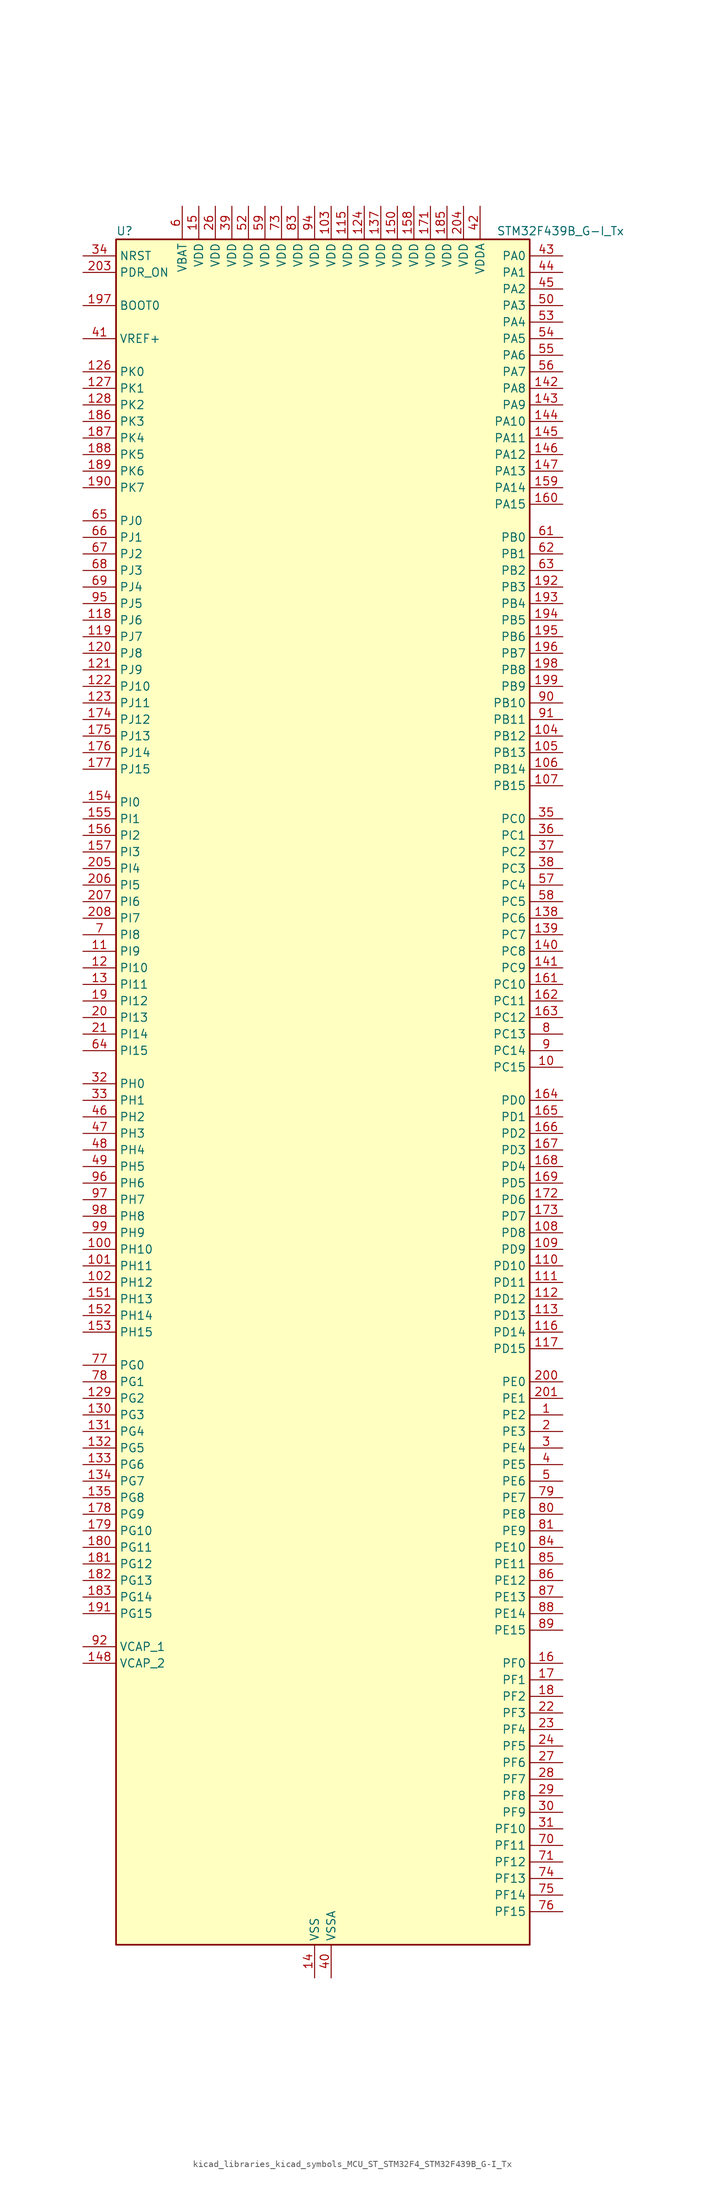
<source format=kicad_sym>
(kicad_symbol_lib
  (version 20220914)
  (generator kicad_symbol_editor)
  (symbol "kicad_libraries_kicad_symbols_MCU_ST_STM32F4_STM32F439B_G-I_Tx"
    (property "Reference" "U"
      (at -30.48 133.35 0)
      (effects (font (size 1.27 1.27)) (justify left)))
    (property "Value" "STM32F439B_G-I_Tx"
      (at 27.94 133.35 0)
      (effects (font (size 1.27 1.27)) (justify left)))
    (property "ki_locked" ""
      (at 0 0 0)
      (effects (font (size 1.27 1.27))))
    (symbol "kicad_libraries_kicad_symbols_MCU_ST_STM32F4_STM32F439B_G-I_Tx_0_1"
      (rectangle (start -30.48 -129.54) (end 33.02 132.08) (stroke (width 0.254) (type default)) (fill (type background))))
    (symbol "kicad_libraries_kicad_symbols_MCU_ST_STM32F4_STM32F439B_G-I_Tx_1_1"
      (pin bidirectional line (at 38.1 -48.26 180) (length 5.08) (name "PE2" (effects (font (size 1.27 1.27)))) (number "1" (effects (font (size 1.27 1.27)))) (alternate "ETH_TXD3" bidirectional line) (alternate "FMC_A23" bidirectional line) (alternate "SAI1_MCLK_A" bidirectional line) (alternate "SPI4_SCK" bidirectional line) (alternate "SYS_TRACECLK" bidirectional line))
      (pin bidirectional line (at 38.1 5.08 180) (length 5.08) (name "PC15" (effects (font (size 1.27 1.27)))) (number "10" (effects (font (size 1.27 1.27)))) (alternate "ADC1_EXTI15" bidirectional line) (alternate "ADC2_EXTI15" bidirectional line) (alternate "ADC3_EXTI15" bidirectional line) (alternate "RCC_OSC32_OUT" bidirectional line))
      (pin bidirectional line (at -35.56 -22.86 0) (length 5.08) (name "PH10" (effects (font (size 1.27 1.27)))) (number "100" (effects (font (size 1.27 1.27)))) (alternate "DCMI_D1" bidirectional line) (alternate "FMC_D18" bidirectional line) (alternate "LTDC_R4" bidirectional line) (alternate "TIM5_CH1" bidirectional line))
      (pin bidirectional line (at -35.56 -25.4 0) (length 5.08) (name "PH11" (effects (font (size 1.27 1.27)))) (number "101" (effects (font (size 1.27 1.27)))) (alternate "ADC1_EXTI11" bidirectional line) (alternate "ADC2_EXTI11" bidirectional line) (alternate "ADC3_EXTI11" bidirectional line) (alternate "DCMI_D2" bidirectional line) (alternate "FMC_D19" bidirectional line) (alternate "LTDC_R5" bidirectional line) (alternate "TIM5_CH2" bidirectional line))
      (pin bidirectional line (at -35.56 -27.94 0) (length 5.08) (name "PH12" (effects (font (size 1.27 1.27)))) (number "102" (effects (font (size 1.27 1.27)))) (alternate "DCMI_D3" bidirectional line) (alternate "FMC_D20" bidirectional line) (alternate "LTDC_R6" bidirectional line) (alternate "TIM5_CH3" bidirectional line))
      (pin power_in line (at 2.54 137.16 270) (length 5.08) (name "VDD" (effects (font (size 1.27 1.27)))) (number "103" (effects (font (size 1.27 1.27)))))
      (pin bidirectional line (at 38.1 55.88 180) (length 5.08) (name "PB12" (effects (font (size 1.27 1.27)))) (number "104" (effects (font (size 1.27 1.27)))) (alternate "CAN2_RX" bidirectional line) (alternate "ETH_TXD0" bidirectional line) (alternate "I2C2_SMBA" bidirectional line) (alternate "I2S2_WS" bidirectional line) (alternate "SPI2_NSS" bidirectional line) (alternate "TIM1_BKIN" bidirectional line) (alternate "USART3_CK" bidirectional line) (alternate "USB_OTG_HS_ID" bidirectional line) (alternate "USB_OTG_HS_ULPI_D5" bidirectional line))
      (pin bidirectional line (at 38.1 53.34 180) (length 5.08) (name "PB13" (effects (font (size 1.27 1.27)))) (number "105" (effects (font (size 1.27 1.27)))) (alternate "CAN2_TX" bidirectional line) (alternate "ETH_TXD1" bidirectional line) (alternate "I2S2_CK" bidirectional line) (alternate "SPI2_SCK" bidirectional line) (alternate "TIM1_CH1N" bidirectional line) (alternate "USART3_CTS" bidirectional line) (alternate "USB_OTG_HS_ULPI_D6" bidirectional line) (alternate "USB_OTG_HS_VBUS" bidirectional line))
      (pin bidirectional line (at 38.1 50.8 180) (length 5.08) (name "PB14" (effects (font (size 1.27 1.27)))) (number "106" (effects (font (size 1.27 1.27)))) (alternate "I2S2_ext_SD" bidirectional line) (alternate "SPI2_MISO" bidirectional line) (alternate "TIM12_CH1" bidirectional line) (alternate "TIM1_CH2N" bidirectional line) (alternate "TIM8_CH2N" bidirectional line) (alternate "USART3_RTS" bidirectional line) (alternate "USB_OTG_HS_DM" bidirectional line))
      (pin bidirectional line (at 38.1 48.26 180) (length 5.08) (name "PB15" (effects (font (size 1.27 1.27)))) (number "107" (effects (font (size 1.27 1.27)))) (alternate "ADC1_EXTI15" bidirectional line) (alternate "ADC2_EXTI15" bidirectional line) (alternate "ADC3_EXTI15" bidirectional line) (alternate "I2S2_SD" bidirectional line) (alternate "RTC_REFIN" bidirectional line) (alternate "SPI2_MOSI" bidirectional line) (alternate "TIM12_CH2" bidirectional line) (alternate "TIM1_CH3N" bidirectional line) (alternate "TIM8_CH3N" bidirectional line) (alternate "USB_OTG_HS_DP" bidirectional line))
      (pin bidirectional line (at 38.1 -20.32 180) (length 5.08) (name "PD8" (effects (font (size 1.27 1.27)))) (number "108" (effects (font (size 1.27 1.27)))) (alternate "FMC_D13" bidirectional line) (alternate "FMC_DA13" bidirectional line) (alternate "USART3_TX" bidirectional line))
      (pin bidirectional line (at 38.1 -22.86 180) (length 5.08) (name "PD9" (effects (font (size 1.27 1.27)))) (number "109" (effects (font (size 1.27 1.27)))) (alternate "DAC_EXTI9" bidirectional line) (alternate "FMC_D14" bidirectional line) (alternate "FMC_DA14" bidirectional line) (alternate "USART3_RX" bidirectional line))
      (pin bidirectional line (at -35.56 22.86 0) (length 5.08) (name "PI9" (effects (font (size 1.27 1.27)))) (number "11" (effects (font (size 1.27 1.27)))) (alternate "CAN1_RX" bidirectional line) (alternate "DAC_EXTI9" bidirectional line) (alternate "FMC_D30" bidirectional line) (alternate "LTDC_VSYNC" bidirectional line))
      (pin bidirectional line (at 38.1 -25.4 180) (length 5.08) (name "PD10" (effects (font (size 1.27 1.27)))) (number "110" (effects (font (size 1.27 1.27)))) (alternate "FMC_D15" bidirectional line) (alternate "FMC_DA15" bidirectional line) (alternate "LTDC_B3" bidirectional line) (alternate "USART3_CK" bidirectional line))
      (pin bidirectional line (at 38.1 -27.94 180) (length 5.08) (name "PD11" (effects (font (size 1.27 1.27)))) (number "111" (effects (font (size 1.27 1.27)))) (alternate "ADC1_EXTI11" bidirectional line) (alternate "ADC2_EXTI11" bidirectional line) (alternate "ADC3_EXTI11" bidirectional line) (alternate "FMC_A16" bidirectional line) (alternate "FMC_CLE" bidirectional line) (alternate "USART3_CTS" bidirectional line))
      (pin bidirectional line (at 38.1 -30.48 180) (length 5.08) (name "PD12" (effects (font (size 1.27 1.27)))) (number "112" (effects (font (size 1.27 1.27)))) (alternate "FMC_A17" bidirectional line) (alternate "FMC_ALE" bidirectional line) (alternate "TIM4_CH1" bidirectional line) (alternate "USART3_RTS" bidirectional line))
      (pin bidirectional line (at 38.1 -33.02 180) (length 5.08) (name "PD13" (effects (font (size 1.27 1.27)))) (number "113" (effects (font (size 1.27 1.27)))) (alternate "FMC_A18" bidirectional line) (alternate "TIM4_CH2" bidirectional line))
      (pin passive line (at 0 -134.62 90) (length 5.08) hide (name "VSS" (effects (font (size 1.27 1.27)))) (number "114" (effects (font (size 1.27 1.27)))))
      (pin power_in line (at 5.08 137.16 270) (length 5.08) (name "VDD" (effects (font (size 1.27 1.27)))) (number "115" (effects (font (size 1.27 1.27)))))
      (pin bidirectional line (at 38.1 -35.56 180) (length 5.08) (name "PD14" (effects (font (size 1.27 1.27)))) (number "116" (effects (font (size 1.27 1.27)))) (alternate "FMC_D0" bidirectional line) (alternate "FMC_DA0" bidirectional line) (alternate "TIM4_CH3" bidirectional line))
      (pin bidirectional line (at 38.1 -38.1 180) (length 5.08) (name "PD15" (effects (font (size 1.27 1.27)))) (number "117" (effects (font (size 1.27 1.27)))) (alternate "ADC1_EXTI15" bidirectional line) (alternate "ADC2_EXTI15" bidirectional line) (alternate "ADC3_EXTI15" bidirectional line) (alternate "FMC_D1" bidirectional line) (alternate "FMC_DA1" bidirectional line) (alternate "TIM4_CH4" bidirectional line))
      (pin bidirectional line (at -35.56 73.66 0) (length 5.08) (name "PJ6" (effects (font (size 1.27 1.27)))) (number "118" (effects (font (size 1.27 1.27)))) (alternate "LTDC_R7" bidirectional line))
      (pin bidirectional line (at -35.56 71.12 0) (length 5.08) (name "PJ7" (effects (font (size 1.27 1.27)))) (number "119" (effects (font (size 1.27 1.27)))) (alternate "LTDC_G0" bidirectional line))
      (pin bidirectional line (at -35.56 20.32 0) (length 5.08) (name "PI10" (effects (font (size 1.27 1.27)))) (number "12" (effects (font (size 1.27 1.27)))) (alternate "ETH_RX_ER" bidirectional line) (alternate "FMC_D31" bidirectional line) (alternate "LTDC_HSYNC" bidirectional line))
      (pin bidirectional line (at -35.56 68.58 0) (length 5.08) (name "PJ8" (effects (font (size 1.27 1.27)))) (number "120" (effects (font (size 1.27 1.27)))) (alternate "LTDC_G1" bidirectional line))
      (pin bidirectional line (at -35.56 66.04 0) (length 5.08) (name "PJ9" (effects (font (size 1.27 1.27)))) (number "121" (effects (font (size 1.27 1.27)))) (alternate "DAC_EXTI9" bidirectional line) (alternate "LTDC_G2" bidirectional line))
      (pin bidirectional line (at -35.56 63.5 0) (length 5.08) (name "PJ10" (effects (font (size 1.27 1.27)))) (number "122" (effects (font (size 1.27 1.27)))) (alternate "LTDC_G3" bidirectional line))
      (pin bidirectional line (at -35.56 60.96 0) (length 5.08) (name "PJ11" (effects (font (size 1.27 1.27)))) (number "123" (effects (font (size 1.27 1.27)))) (alternate "ADC1_EXTI11" bidirectional line) (alternate "ADC2_EXTI11" bidirectional line) (alternate "ADC3_EXTI11" bidirectional line) (alternate "LTDC_G4" bidirectional line))
      (pin power_in line (at 7.62 137.16 270) (length 5.08) (name "VDD" (effects (font (size 1.27 1.27)))) (number "124" (effects (font (size 1.27 1.27)))))
      (pin passive line (at 0 -134.62 90) (length 5.08) hide (name "VSS" (effects (font (size 1.27 1.27)))) (number "125" (effects (font (size 1.27 1.27)))))
      (pin bidirectional line (at -35.56 111.76 0) (length 5.08) (name "PK0" (effects (font (size 1.27 1.27)))) (number "126" (effects (font (size 1.27 1.27)))) (alternate "LTDC_G5" bidirectional line))
      (pin bidirectional line (at -35.56 109.22 0) (length 5.08) (name "PK1" (effects (font (size 1.27 1.27)))) (number "127" (effects (font (size 1.27 1.27)))) (alternate "LTDC_G6" bidirectional line))
      (pin bidirectional line (at -35.56 106.68 0) (length 5.08) (name "PK2" (effects (font (size 1.27 1.27)))) (number "128" (effects (font (size 1.27 1.27)))) (alternate "LTDC_G7" bidirectional line))
      (pin bidirectional line (at -35.56 -45.72 0) (length 5.08) (name "PG2" (effects (font (size 1.27 1.27)))) (number "129" (effects (font (size 1.27 1.27)))) (alternate "FMC_A12" bidirectional line))
      (pin bidirectional line (at -35.56 17.78 0) (length 5.08) (name "PI11" (effects (font (size 1.27 1.27)))) (number "13" (effects (font (size 1.27 1.27)))) (alternate "ADC1_EXTI11" bidirectional line) (alternate "ADC2_EXTI11" bidirectional line) (alternate "ADC3_EXTI11" bidirectional line) (alternate "USB_OTG_HS_ULPI_DIR" bidirectional line))
      (pin bidirectional line (at -35.56 -48.26 0) (length 5.08) (name "PG3" (effects (font (size 1.27 1.27)))) (number "130" (effects (font (size 1.27 1.27)))) (alternate "FMC_A13" bidirectional line))
      (pin bidirectional line (at -35.56 -50.8 0) (length 5.08) (name "PG4" (effects (font (size 1.27 1.27)))) (number "131" (effects (font (size 1.27 1.27)))) (alternate "FMC_A14" bidirectional line) (alternate "FMC_BA0" bidirectional line))
      (pin bidirectional line (at -35.56 -53.34 0) (length 5.08) (name "PG5" (effects (font (size 1.27 1.27)))) (number "132" (effects (font (size 1.27 1.27)))) (alternate "FMC_A15" bidirectional line) (alternate "FMC_BA1" bidirectional line))
      (pin bidirectional line (at -35.56 -55.88 0) (length 5.08) (name "PG6" (effects (font (size 1.27 1.27)))) (number "133" (effects (font (size 1.27 1.27)))) (alternate "DCMI_D12" bidirectional line) (alternate "FMC_INT2" bidirectional line) (alternate "LTDC_R7" bidirectional line))
      (pin bidirectional line (at -35.56 -58.42 0) (length 5.08) (name "PG7" (effects (font (size 1.27 1.27)))) (number "134" (effects (font (size 1.27 1.27)))) (alternate "DCMI_D13" bidirectional line) (alternate "FMC_INT3" bidirectional line) (alternate "LTDC_CLK" bidirectional line) (alternate "USART6_CK" bidirectional line))
      (pin bidirectional line (at -35.56 -60.96 0) (length 5.08) (name "PG8" (effects (font (size 1.27 1.27)))) (number "135" (effects (font (size 1.27 1.27)))) (alternate "ETH_PPS_OUT" bidirectional line) (alternate "FMC_SDCLK" bidirectional line) (alternate "SPI6_NSS" bidirectional line) (alternate "USART6_RTS" bidirectional line))
      (pin passive line (at 0 -134.62 90) (length 5.08) hide (name "VSS" (effects (font (size 1.27 1.27)))) (number "136" (effects (font (size 1.27 1.27)))))
      (pin power_in line (at 10.16 137.16 270) (length 5.08) (name "VDD" (effects (font (size 1.27 1.27)))) (number "137" (effects (font (size 1.27 1.27)))))
      (pin bidirectional line (at 38.1 27.94 180) (length 5.08) (name "PC6" (effects (font (size 1.27 1.27)))) (number "138" (effects (font (size 1.27 1.27)))) (alternate "DCMI_D0" bidirectional line) (alternate "I2S2_MCK" bidirectional line) (alternate "LTDC_HSYNC" bidirectional line) (alternate "SDIO_D6" bidirectional line) (alternate "TIM3_CH1" bidirectional line) (alternate "TIM8_CH1" bidirectional line) (alternate "USART6_TX" bidirectional line))
      (pin bidirectional line (at 38.1 25.4 180) (length 5.08) (name "PC7" (effects (font (size 1.27 1.27)))) (number "139" (effects (font (size 1.27 1.27)))) (alternate "DCMI_D1" bidirectional line) (alternate "I2S3_MCK" bidirectional line) (alternate "LTDC_G6" bidirectional line) (alternate "SDIO_D7" bidirectional line) (alternate "TIM3_CH2" bidirectional line) (alternate "TIM8_CH2" bidirectional line) (alternate "USART6_RX" bidirectional line))
      (pin power_in line (at 0 -134.62 90) (length 5.08) (name "VSS" (effects (font (size 1.27 1.27)))) (number "14" (effects (font (size 1.27 1.27)))))
      (pin bidirectional line (at 38.1 22.86 180) (length 5.08) (name "PC8" (effects (font (size 1.27 1.27)))) (number "140" (effects (font (size 1.27 1.27)))) (alternate "DCMI_D2" bidirectional line) (alternate "SDIO_D0" bidirectional line) (alternate "TIM3_CH3" bidirectional line) (alternate "TIM8_CH3" bidirectional line) (alternate "USART6_CK" bidirectional line))
      (pin bidirectional line (at 38.1 20.32 180) (length 5.08) (name "PC9" (effects (font (size 1.27 1.27)))) (number "141" (effects (font (size 1.27 1.27)))) (alternate "DAC_EXTI9" bidirectional line) (alternate "DCMI_D3" bidirectional line) (alternate "I2C3_SDA" bidirectional line) (alternate "I2S_CKIN" bidirectional line) (alternate "RCC_MCO_2" bidirectional line) (alternate "SDIO_D1" bidirectional line) (alternate "TIM3_CH4" bidirectional line) (alternate "TIM8_CH4" bidirectional line))
      (pin bidirectional line (at 38.1 109.22 180) (length 5.08) (name "PA8" (effects (font (size 1.27 1.27)))) (number "142" (effects (font (size 1.27 1.27)))) (alternate "I2C3_SCL" bidirectional line) (alternate "LTDC_R6" bidirectional line) (alternate "RCC_MCO_1" bidirectional line) (alternate "TIM1_CH1" bidirectional line) (alternate "USART1_CK" bidirectional line) (alternate "USB_OTG_FS_SOF" bidirectional line))
      (pin bidirectional line (at 38.1 106.68 180) (length 5.08) (name "PA9" (effects (font (size 1.27 1.27)))) (number "143" (effects (font (size 1.27 1.27)))) (alternate "DAC_EXTI9" bidirectional line) (alternate "DCMI_D0" bidirectional line) (alternate "I2C3_SMBA" bidirectional line) (alternate "TIM1_CH2" bidirectional line) (alternate "USART1_TX" bidirectional line) (alternate "USB_OTG_FS_VBUS" bidirectional line))
      (pin bidirectional line (at 38.1 104.14 180) (length 5.08) (name "PA10" (effects (font (size 1.27 1.27)))) (number "144" (effects (font (size 1.27 1.27)))) (alternate "DCMI_D1" bidirectional line) (alternate "TIM1_CH3" bidirectional line) (alternate "USART1_RX" bidirectional line) (alternate "USB_OTG_FS_ID" bidirectional line))
      (pin bidirectional line (at 38.1 101.6 180) (length 5.08) (name "PA11" (effects (font (size 1.27 1.27)))) (number "145" (effects (font (size 1.27 1.27)))) (alternate "ADC1_EXTI11" bidirectional line) (alternate "ADC2_EXTI11" bidirectional line) (alternate "ADC3_EXTI11" bidirectional line) (alternate "CAN1_RX" bidirectional line) (alternate "LTDC_R4" bidirectional line) (alternate "TIM1_CH4" bidirectional line) (alternate "USART1_CTS" bidirectional line) (alternate "USB_OTG_FS_DM" bidirectional line))
      (pin bidirectional line (at 38.1 99.06 180) (length 5.08) (name "PA12" (effects (font (size 1.27 1.27)))) (number "146" (effects (font (size 1.27 1.27)))) (alternate "CAN1_TX" bidirectional line) (alternate "LTDC_R5" bidirectional line) (alternate "TIM1_ETR" bidirectional line) (alternate "USART1_RTS" bidirectional line) (alternate "USB_OTG_FS_DP" bidirectional line))
      (pin bidirectional line (at 38.1 96.52 180) (length 5.08) (name "PA13" (effects (font (size 1.27 1.27)))) (number "147" (effects (font (size 1.27 1.27)))) (alternate "SYS_JTMS-SWDIO" bidirectional line))
      (pin power_out line (at -35.56 -86.36 0) (length 5.08) (name "VCAP_2" (effects (font (size 1.27 1.27)))) (number "148" (effects (font (size 1.27 1.27)))))
      (pin passive line (at 0 -134.62 90) (length 5.08) hide (name "VSS" (effects (font (size 1.27 1.27)))) (number "149" (effects (font (size 1.27 1.27)))))
      (pin power_in line (at -17.78 137.16 270) (length 5.08) (name "VDD" (effects (font (size 1.27 1.27)))) (number "15" (effects (font (size 1.27 1.27)))))
      (pin power_in line (at 12.7 137.16 270) (length 5.08) (name "VDD" (effects (font (size 1.27 1.27)))) (number "150" (effects (font (size 1.27 1.27)))))
      (pin bidirectional line (at -35.56 -30.48 0) (length 5.08) (name "PH13" (effects (font (size 1.27 1.27)))) (number "151" (effects (font (size 1.27 1.27)))) (alternate "CAN1_TX" bidirectional line) (alternate "FMC_D21" bidirectional line) (alternate "LTDC_G2" bidirectional line) (alternate "TIM8_CH1N" bidirectional line))
      (pin bidirectional line (at -35.56 -33.02 0) (length 5.08) (name "PH14" (effects (font (size 1.27 1.27)))) (number "152" (effects (font (size 1.27 1.27)))) (alternate "DCMI_D4" bidirectional line) (alternate "FMC_D22" bidirectional line) (alternate "LTDC_G3" bidirectional line) (alternate "TIM8_CH2N" bidirectional line))
      (pin bidirectional line (at -35.56 -35.56 0) (length 5.08) (name "PH15" (effects (font (size 1.27 1.27)))) (number "153" (effects (font (size 1.27 1.27)))) (alternate "ADC1_EXTI15" bidirectional line) (alternate "ADC2_EXTI15" bidirectional line) (alternate "ADC3_EXTI15" bidirectional line) (alternate "DCMI_D11" bidirectional line) (alternate "FMC_D23" bidirectional line) (alternate "LTDC_G4" bidirectional line) (alternate "TIM8_CH3N" bidirectional line))
      (pin bidirectional line (at -35.56 45.72 0) (length 5.08) (name "PI0" (effects (font (size 1.27 1.27)))) (number "154" (effects (font (size 1.27 1.27)))) (alternate "DCMI_D13" bidirectional line) (alternate "FMC_D24" bidirectional line) (alternate "I2S2_WS" bidirectional line) (alternate "LTDC_G5" bidirectional line) (alternate "SPI2_NSS" bidirectional line) (alternate "TIM5_CH4" bidirectional line))
      (pin bidirectional line (at -35.56 43.18 0) (length 5.08) (name "PI1" (effects (font (size 1.27 1.27)))) (number "155" (effects (font (size 1.27 1.27)))) (alternate "DCMI_D8" bidirectional line) (alternate "FMC_D25" bidirectional line) (alternate "I2S2_CK" bidirectional line) (alternate "LTDC_G6" bidirectional line) (alternate "SPI2_SCK" bidirectional line))
      (pin bidirectional line (at -35.56 40.64 0) (length 5.08) (name "PI2" (effects (font (size 1.27 1.27)))) (number "156" (effects (font (size 1.27 1.27)))) (alternate "DCMI_D9" bidirectional line) (alternate "FMC_D26" bidirectional line) (alternate "I2S2_ext_SD" bidirectional line) (alternate "LTDC_G7" bidirectional line) (alternate "SPI2_MISO" bidirectional line) (alternate "TIM8_CH4" bidirectional line))
      (pin bidirectional line (at -35.56 38.1 0) (length 5.08) (name "PI3" (effects (font (size 1.27 1.27)))) (number "157" (effects (font (size 1.27 1.27)))) (alternate "DCMI_D10" bidirectional line) (alternate "FMC_D27" bidirectional line) (alternate "I2S2_SD" bidirectional line) (alternate "SPI2_MOSI" bidirectional line) (alternate "TIM8_ETR" bidirectional line))
      (pin power_in line (at 15.24 137.16 270) (length 5.08) (name "VDD" (effects (font (size 1.27 1.27)))) (number "158" (effects (font (size 1.27 1.27)))))
      (pin bidirectional line (at 38.1 93.98 180) (length 5.08) (name "PA14" (effects (font (size 1.27 1.27)))) (number "159" (effects (font (size 1.27 1.27)))) (alternate "SYS_JTCK-SWCLK" bidirectional line))
      (pin bidirectional line (at 38.1 -86.36 180) (length 5.08) (name "PF0" (effects (font (size 1.27 1.27)))) (number "16" (effects (font (size 1.27 1.27)))) (alternate "FMC_A0" bidirectional line) (alternate "I2C2_SDA" bidirectional line))
      (pin bidirectional line (at 38.1 91.44 180) (length 5.08) (name "PA15" (effects (font (size 1.27 1.27)))) (number "160" (effects (font (size 1.27 1.27)))) (alternate "ADC1_EXTI15" bidirectional line) (alternate "ADC2_EXTI15" bidirectional line) (alternate "ADC3_EXTI15" bidirectional line) (alternate "I2S3_WS" bidirectional line) (alternate "SPI1_NSS" bidirectional line) (alternate "SPI3_NSS" bidirectional line) (alternate "SYS_JTDI" bidirectional line) (alternate "TIM2_CH1" bidirectional line) (alternate "TIM2_ETR" bidirectional line))
      (pin bidirectional line (at 38.1 17.78 180) (length 5.08) (name "PC10" (effects (font (size 1.27 1.27)))) (number "161" (effects (font (size 1.27 1.27)))) (alternate "DCMI_D8" bidirectional line) (alternate "I2S3_CK" bidirectional line) (alternate "LTDC_R2" bidirectional line) (alternate "SDIO_D2" bidirectional line) (alternate "SPI3_SCK" bidirectional line) (alternate "UART4_TX" bidirectional line) (alternate "USART3_TX" bidirectional line))
      (pin bidirectional line (at 38.1 15.24 180) (length 5.08) (name "PC11" (effects (font (size 1.27 1.27)))) (number "162" (effects (font (size 1.27 1.27)))) (alternate "ADC1_EXTI11" bidirectional line) (alternate "ADC2_EXTI11" bidirectional line) (alternate "ADC3_EXTI11" bidirectional line) (alternate "DCMI_D4" bidirectional line) (alternate "I2S3_ext_SD" bidirectional line) (alternate "SDIO_D3" bidirectional line) (alternate "SPI3_MISO" bidirectional line) (alternate "UART4_RX" bidirectional line) (alternate "USART3_RX" bidirectional line))
      (pin bidirectional line (at 38.1 12.7 180) (length 5.08) (name "PC12" (effects (font (size 1.27 1.27)))) (number "163" (effects (font (size 1.27 1.27)))) (alternate "DCMI_D9" bidirectional line) (alternate "I2S3_SD" bidirectional line) (alternate "SDIO_CK" bidirectional line) (alternate "SPI3_MOSI" bidirectional line) (alternate "UART5_TX" bidirectional line) (alternate "USART3_CK" bidirectional line))
      (pin bidirectional line (at 38.1 0 180) (length 5.08) (name "PD0" (effects (font (size 1.27 1.27)))) (number "164" (effects (font (size 1.27 1.27)))) (alternate "CAN1_RX" bidirectional line) (alternate "FMC_D2" bidirectional line) (alternate "FMC_DA2" bidirectional line))
      (pin bidirectional line (at 38.1 -2.54 180) (length 5.08) (name "PD1" (effects (font (size 1.27 1.27)))) (number "165" (effects (font (size 1.27 1.27)))) (alternate "CAN1_TX" bidirectional line) (alternate "FMC_D3" bidirectional line) (alternate "FMC_DA3" bidirectional line))
      (pin bidirectional line (at 38.1 -5.08 180) (length 5.08) (name "PD2" (effects (font (size 1.27 1.27)))) (number "166" (effects (font (size 1.27 1.27)))) (alternate "DCMI_D11" bidirectional line) (alternate "SDIO_CMD" bidirectional line) (alternate "TIM3_ETR" bidirectional line) (alternate "UART5_RX" bidirectional line))
      (pin bidirectional line (at 38.1 -7.62 180) (length 5.08) (name "PD3" (effects (font (size 1.27 1.27)))) (number "167" (effects (font (size 1.27 1.27)))) (alternate "DCMI_D5" bidirectional line) (alternate "FMC_CLK" bidirectional line) (alternate "I2S2_CK" bidirectional line) (alternate "LTDC_G7" bidirectional line) (alternate "SPI2_SCK" bidirectional line) (alternate "USART2_CTS" bidirectional line))
      (pin bidirectional line (at 38.1 -10.16 180) (length 5.08) (name "PD4" (effects (font (size 1.27 1.27)))) (number "168" (effects (font (size 1.27 1.27)))) (alternate "FMC_NOE" bidirectional line) (alternate "USART2_RTS" bidirectional line))
      (pin bidirectional line (at 38.1 -12.7 180) (length 5.08) (name "PD5" (effects (font (size 1.27 1.27)))) (number "169" (effects (font (size 1.27 1.27)))) (alternate "FMC_NWE" bidirectional line) (alternate "USART2_TX" bidirectional line))
      (pin bidirectional line (at 38.1 -88.9 180) (length 5.08) (name "PF1" (effects (font (size 1.27 1.27)))) (number "17" (effects (font (size 1.27 1.27)))) (alternate "FMC_A1" bidirectional line) (alternate "I2C2_SCL" bidirectional line))
      (pin passive line (at 0 -134.62 90) (length 5.08) hide (name "VSS" (effects (font (size 1.27 1.27)))) (number "170" (effects (font (size 1.27 1.27)))))
      (pin power_in line (at 17.78 137.16 270) (length 5.08) (name "VDD" (effects (font (size 1.27 1.27)))) (number "171" (effects (font (size 1.27 1.27)))))
      (pin bidirectional line (at 38.1 -15.24 180) (length 5.08) (name "PD6" (effects (font (size 1.27 1.27)))) (number "172" (effects (font (size 1.27 1.27)))) (alternate "DCMI_D10" bidirectional line) (alternate "FMC_NWAIT" bidirectional line) (alternate "I2S3_SD" bidirectional line) (alternate "LTDC_B2" bidirectional line) (alternate "SAI1_SD_A" bidirectional line) (alternate "SPI3_MOSI" bidirectional line) (alternate "USART2_RX" bidirectional line))
      (pin bidirectional line (at 38.1 -17.78 180) (length 5.08) (name "PD7" (effects (font (size 1.27 1.27)))) (number "173" (effects (font (size 1.27 1.27)))) (alternate "FMC_NCE2" bidirectional line) (alternate "FMC_NE1" bidirectional line) (alternate "USART2_CK" bidirectional line))
      (pin bidirectional line (at -35.56 58.42 0) (length 5.08) (name "PJ12" (effects (font (size 1.27 1.27)))) (number "174" (effects (font (size 1.27 1.27)))) (alternate "LTDC_B0" bidirectional line))
      (pin bidirectional line (at -35.56 55.88 0) (length 5.08) (name "PJ13" (effects (font (size 1.27 1.27)))) (number "175" (effects (font (size 1.27 1.27)))) (alternate "LTDC_B1" bidirectional line))
      (pin bidirectional line (at -35.56 53.34 0) (length 5.08) (name "PJ14" (effects (font (size 1.27 1.27)))) (number "176" (effects (font (size 1.27 1.27)))) (alternate "LTDC_B2" bidirectional line))
      (pin bidirectional line (at -35.56 50.8 0) (length 5.08) (name "PJ15" (effects (font (size 1.27 1.27)))) (number "177" (effects (font (size 1.27 1.27)))) (alternate "ADC1_EXTI15" bidirectional line) (alternate "ADC2_EXTI15" bidirectional line) (alternate "ADC3_EXTI15" bidirectional line) (alternate "LTDC_B3" bidirectional line))
      (pin bidirectional line (at -35.56 -63.5 0) (length 5.08) (name "PG9" (effects (font (size 1.27 1.27)))) (number "178" (effects (font (size 1.27 1.27)))) (alternate "DAC_EXTI9" bidirectional line) (alternate "DCMI_VSYNC" bidirectional line) (alternate "FMC_NCE3" bidirectional line) (alternate "FMC_NE2" bidirectional line) (alternate "USART6_RX" bidirectional line))
      (pin bidirectional line (at -35.56 -66.04 0) (length 5.08) (name "PG10" (effects (font (size 1.27 1.27)))) (number "179" (effects (font (size 1.27 1.27)))) (alternate "DCMI_D2" bidirectional line) (alternate "FMC_NCE4_1" bidirectional line) (alternate "FMC_NE3" bidirectional line) (alternate "LTDC_B2" bidirectional line) (alternate "LTDC_G3" bidirectional line))
      (pin bidirectional line (at 38.1 -91.44 180) (length 5.08) (name "PF2" (effects (font (size 1.27 1.27)))) (number "18" (effects (font (size 1.27 1.27)))) (alternate "FMC_A2" bidirectional line) (alternate "I2C2_SMBA" bidirectional line))
      (pin bidirectional line (at -35.56 -68.58 0) (length 5.08) (name "PG11" (effects (font (size 1.27 1.27)))) (number "180" (effects (font (size 1.27 1.27)))) (alternate "ADC1_EXTI11" bidirectional line) (alternate "ADC2_EXTI11" bidirectional line) (alternate "ADC3_EXTI11" bidirectional line) (alternate "DCMI_D3" bidirectional line) (alternate "ETH_TX_EN" bidirectional line) (alternate "FMC_NCE4_2" bidirectional line) (alternate "LTDC_B3" bidirectional line))
      (pin bidirectional line (at -35.56 -71.12 0) (length 5.08) (name "PG12" (effects (font (size 1.27 1.27)))) (number "181" (effects (font (size 1.27 1.27)))) (alternate "FMC_NE4" bidirectional line) (alternate "LTDC_B1" bidirectional line) (alternate "LTDC_B4" bidirectional line) (alternate "SPI6_MISO" bidirectional line) (alternate "USART6_RTS" bidirectional line))
      (pin bidirectional line (at -35.56 -73.66 0) (length 5.08) (name "PG13" (effects (font (size 1.27 1.27)))) (number "182" (effects (font (size 1.27 1.27)))) (alternate "ETH_TXD0" bidirectional line) (alternate "FMC_A24" bidirectional line) (alternate "SPI6_SCK" bidirectional line) (alternate "USART6_CTS" bidirectional line))
      (pin bidirectional line (at -35.56 -76.2 0) (length 5.08) (name "PG14" (effects (font (size 1.27 1.27)))) (number "183" (effects (font (size 1.27 1.27)))) (alternate "ETH_TXD1" bidirectional line) (alternate "FMC_A25" bidirectional line) (alternate "SPI6_MOSI" bidirectional line) (alternate "USART6_TX" bidirectional line))
      (pin passive line (at 0 -134.62 90) (length 5.08) hide (name "VSS" (effects (font (size 1.27 1.27)))) (number "184" (effects (font (size 1.27 1.27)))))
      (pin power_in line (at 20.32 137.16 270) (length 5.08) (name "VDD" (effects (font (size 1.27 1.27)))) (number "185" (effects (font (size 1.27 1.27)))))
      (pin bidirectional line (at -35.56 104.14 0) (length 5.08) (name "PK3" (effects (font (size 1.27 1.27)))) (number "186" (effects (font (size 1.27 1.27)))) (alternate "LTDC_B4" bidirectional line))
      (pin bidirectional line (at -35.56 101.6 0) (length 5.08) (name "PK4" (effects (font (size 1.27 1.27)))) (number "187" (effects (font (size 1.27 1.27)))) (alternate "LTDC_B5" bidirectional line))
      (pin bidirectional line (at -35.56 99.06 0) (length 5.08) (name "PK5" (effects (font (size 1.27 1.27)))) (number "188" (effects (font (size 1.27 1.27)))) (alternate "LTDC_B6" bidirectional line))
      (pin bidirectional line (at -35.56 96.52 0) (length 5.08) (name "PK6" (effects (font (size 1.27 1.27)))) (number "189" (effects (font (size 1.27 1.27)))) (alternate "LTDC_B7" bidirectional line))
      (pin bidirectional line (at -35.56 15.24 0) (length 5.08) (name "PI12" (effects (font (size 1.27 1.27)))) (number "19" (effects (font (size 1.27 1.27)))) (alternate "LTDC_HSYNC" bidirectional line))
      (pin bidirectional line (at -35.56 93.98 0) (length 5.08) (name "PK7" (effects (font (size 1.27 1.27)))) (number "190" (effects (font (size 1.27 1.27)))) (alternate "LTDC_DE" bidirectional line))
      (pin bidirectional line (at -35.56 -78.74 0) (length 5.08) (name "PG15" (effects (font (size 1.27 1.27)))) (number "191" (effects (font (size 1.27 1.27)))) (alternate "ADC1_EXTI15" bidirectional line) (alternate "ADC2_EXTI15" bidirectional line) (alternate "ADC3_EXTI15" bidirectional line) (alternate "DCMI_D13" bidirectional line) (alternate "FMC_SDNCAS" bidirectional line) (alternate "USART6_CTS" bidirectional line))
      (pin bidirectional line (at 38.1 78.74 180) (length 5.08) (name "PB3" (effects (font (size 1.27 1.27)))) (number "192" (effects (font (size 1.27 1.27)))) (alternate "I2S3_CK" bidirectional line) (alternate "SPI1_SCK" bidirectional line) (alternate "SPI3_SCK" bidirectional line) (alternate "SYS_JTDO-SWO" bidirectional line) (alternate "TIM2_CH2" bidirectional line))
      (pin bidirectional line (at 38.1 76.2 180) (length 5.08) (name "PB4" (effects (font (size 1.27 1.27)))) (number "193" (effects (font (size 1.27 1.27)))) (alternate "I2S3_ext_SD" bidirectional line) (alternate "SPI1_MISO" bidirectional line) (alternate "SPI3_MISO" bidirectional line) (alternate "SYS_JTRST" bidirectional line) (alternate "TIM3_CH1" bidirectional line))
      (pin bidirectional line (at 38.1 73.66 180) (length 5.08) (name "PB5" (effects (font (size 1.27 1.27)))) (number "194" (effects (font (size 1.27 1.27)))) (alternate "CAN2_RX" bidirectional line) (alternate "DCMI_D10" bidirectional line) (alternate "ETH_PPS_OUT" bidirectional line) (alternate "FMC_SDCKE1" bidirectional line) (alternate "I2C1_SMBA" bidirectional line) (alternate "I2S3_SD" bidirectional line) (alternate "SPI1_MOSI" bidirectional line) (alternate "SPI3_MOSI" bidirectional line) (alternate "TIM3_CH2" bidirectional line) (alternate "USB_OTG_HS_ULPI_D7" bidirectional line))
      (pin bidirectional line (at 38.1 71.12 180) (length 5.08) (name "PB6" (effects (font (size 1.27 1.27)))) (number "195" (effects (font (size 1.27 1.27)))) (alternate "CAN2_TX" bidirectional line) (alternate "DCMI_D5" bidirectional line) (alternate "FMC_SDNE1" bidirectional line) (alternate "I2C1_SCL" bidirectional line) (alternate "TIM4_CH1" bidirectional line) (alternate "USART1_TX" bidirectional line))
      (pin bidirectional line (at 38.1 68.58 180) (length 5.08) (name "PB7" (effects (font (size 1.27 1.27)))) (number "196" (effects (font (size 1.27 1.27)))) (alternate "DCMI_VSYNC" bidirectional line) (alternate "FMC_NL" bidirectional line) (alternate "I2C1_SDA" bidirectional line) (alternate "TIM4_CH2" bidirectional line) (alternate "USART1_RX" bidirectional line))
      (pin input line (at -35.56 121.92 0) (length 5.08) (name "BOOT0" (effects (font (size 1.27 1.27)))) (number "197" (effects (font (size 1.27 1.27)))))
      (pin bidirectional line (at 38.1 66.04 180) (length 5.08) (name "PB8" (effects (font (size 1.27 1.27)))) (number "198" (effects (font (size 1.27 1.27)))) (alternate "CAN1_RX" bidirectional line) (alternate "DCMI_D6" bidirectional line) (alternate "ETH_TXD3" bidirectional line) (alternate "I2C1_SCL" bidirectional line) (alternate "LTDC_B6" bidirectional line) (alternate "SDIO_D4" bidirectional line) (alternate "TIM10_CH1" bidirectional line) (alternate "TIM4_CH3" bidirectional line))
      (pin bidirectional line (at 38.1 63.5 180) (length 5.08) (name "PB9" (effects (font (size 1.27 1.27)))) (number "199" (effects (font (size 1.27 1.27)))) (alternate "CAN1_TX" bidirectional line) (alternate "DAC_EXTI9" bidirectional line) (alternate "DCMI_D7" bidirectional line) (alternate "I2C1_SDA" bidirectional line) (alternate "I2S2_WS" bidirectional line) (alternate "LTDC_B7" bidirectional line) (alternate "SDIO_D5" bidirectional line) (alternate "SPI2_NSS" bidirectional line) (alternate "TIM11_CH1" bidirectional line) (alternate "TIM4_CH4" bidirectional line))
      (pin bidirectional line (at 38.1 -50.8 180) (length 5.08) (name "PE3" (effects (font (size 1.27 1.27)))) (number "2" (effects (font (size 1.27 1.27)))) (alternate "FMC_A19" bidirectional line) (alternate "SAI1_SD_B" bidirectional line) (alternate "SYS_TRACED0" bidirectional line))
      (pin bidirectional line (at -35.56 12.7 0) (length 5.08) (name "PI13" (effects (font (size 1.27 1.27)))) (number "20" (effects (font (size 1.27 1.27)))) (alternate "LTDC_VSYNC" bidirectional line))
      (pin bidirectional line (at 38.1 -43.18 180) (length 5.08) (name "PE0" (effects (font (size 1.27 1.27)))) (number "200" (effects (font (size 1.27 1.27)))) (alternate "DCMI_D2" bidirectional line) (alternate "FMC_NBL0" bidirectional line) (alternate "TIM4_ETR" bidirectional line) (alternate "UART8_RX" bidirectional line))
      (pin bidirectional line (at 38.1 -45.72 180) (length 5.08) (name "PE1" (effects (font (size 1.27 1.27)))) (number "201" (effects (font (size 1.27 1.27)))) (alternate "DCMI_D3" bidirectional line) (alternate "FMC_NBL1" bidirectional line) (alternate "UART8_TX" bidirectional line))
      (pin passive line (at 0 -134.62 90) (length 5.08) hide (name "VSS" (effects (font (size 1.27 1.27)))) (number "202" (effects (font (size 1.27 1.27)))))
      (pin input line (at -35.56 127 0) (length 5.08) (name "PDR_ON" (effects (font (size 1.27 1.27)))) (number "203" (effects (font (size 1.27 1.27)))))
      (pin power_in line (at 22.86 137.16 270) (length 5.08) (name "VDD" (effects (font (size 1.27 1.27)))) (number "204" (effects (font (size 1.27 1.27)))))
      (pin bidirectional line (at -35.56 35.56 0) (length 5.08) (name "PI4" (effects (font (size 1.27 1.27)))) (number "205" (effects (font (size 1.27 1.27)))) (alternate "DCMI_D5" bidirectional line) (alternate "FMC_NBL2" bidirectional line) (alternate "LTDC_B4" bidirectional line) (alternate "TIM8_BKIN" bidirectional line))
      (pin bidirectional line (at -35.56 33.02 0) (length 5.08) (name "PI5" (effects (font (size 1.27 1.27)))) (number "206" (effects (font (size 1.27 1.27)))) (alternate "DCMI_VSYNC" bidirectional line) (alternate "FMC_NBL3" bidirectional line) (alternate "LTDC_B5" bidirectional line) (alternate "TIM8_CH1" bidirectional line))
      (pin bidirectional line (at -35.56 30.48 0) (length 5.08) (name "PI6" (effects (font (size 1.27 1.27)))) (number "207" (effects (font (size 1.27 1.27)))) (alternate "DCMI_D6" bidirectional line) (alternate "FMC_D28" bidirectional line) (alternate "LTDC_B6" bidirectional line) (alternate "TIM8_CH2" bidirectional line))
      (pin bidirectional line (at -35.56 27.94 0) (length 5.08) (name "PI7" (effects (font (size 1.27 1.27)))) (number "208" (effects (font (size 1.27 1.27)))) (alternate "DCMI_D7" bidirectional line) (alternate "FMC_D29" bidirectional line) (alternate "LTDC_B7" bidirectional line) (alternate "TIM8_CH3" bidirectional line))
      (pin bidirectional line (at -35.56 10.16 0) (length 5.08) (name "PI14" (effects (font (size 1.27 1.27)))) (number "21" (effects (font (size 1.27 1.27)))) (alternate "LTDC_CLK" bidirectional line))
      (pin bidirectional line (at 38.1 -93.98 180) (length 5.08) (name "PF3" (effects (font (size 1.27 1.27)))) (number "22" (effects (font (size 1.27 1.27)))) (alternate "ADC3_IN9" bidirectional line) (alternate "FMC_A3" bidirectional line))
      (pin bidirectional line (at 38.1 -96.52 180) (length 5.08) (name "PF4" (effects (font (size 1.27 1.27)))) (number "23" (effects (font (size 1.27 1.27)))) (alternate "ADC3_IN14" bidirectional line) (alternate "FMC_A4" bidirectional line))
      (pin bidirectional line (at 38.1 -99.06 180) (length 5.08) (name "PF5" (effects (font (size 1.27 1.27)))) (number "24" (effects (font (size 1.27 1.27)))) (alternate "ADC3_IN15" bidirectional line) (alternate "FMC_A5" bidirectional line))
      (pin passive line (at 0 -134.62 90) (length 5.08) hide (name "VSS" (effects (font (size 1.27 1.27)))) (number "25" (effects (font (size 1.27 1.27)))))
      (pin power_in line (at -15.24 137.16 270) (length 5.08) (name "VDD" (effects (font (size 1.27 1.27)))) (number "26" (effects (font (size 1.27 1.27)))))
      (pin bidirectional line (at 38.1 -101.6 180) (length 5.08) (name "PF6" (effects (font (size 1.27 1.27)))) (number "27" (effects (font (size 1.27 1.27)))) (alternate "ADC3_IN4" bidirectional line) (alternate "FMC_NIORD" bidirectional line) (alternate "SAI1_SD_B" bidirectional line) (alternate "SPI5_NSS" bidirectional line) (alternate "TIM10_CH1" bidirectional line) (alternate "UART7_RX" bidirectional line))
      (pin bidirectional line (at 38.1 -104.14 180) (length 5.08) (name "PF7" (effects (font (size 1.27 1.27)))) (number "28" (effects (font (size 1.27 1.27)))) (alternate "ADC3_IN5" bidirectional line) (alternate "FMC_NREG" bidirectional line) (alternate "SAI1_MCLK_B" bidirectional line) (alternate "SPI5_SCK" bidirectional line) (alternate "TIM11_CH1" bidirectional line) (alternate "UART7_TX" bidirectional line))
      (pin bidirectional line (at 38.1 -106.68 180) (length 5.08) (name "PF8" (effects (font (size 1.27 1.27)))) (number "29" (effects (font (size 1.27 1.27)))) (alternate "ADC3_IN6" bidirectional line) (alternate "FMC_NIOWR" bidirectional line) (alternate "SAI1_SCK_B" bidirectional line) (alternate "SPI5_MISO" bidirectional line) (alternate "TIM13_CH1" bidirectional line))
      (pin bidirectional line (at 38.1 -53.34 180) (length 5.08) (name "PE4" (effects (font (size 1.27 1.27)))) (number "3" (effects (font (size 1.27 1.27)))) (alternate "DCMI_D4" bidirectional line) (alternate "FMC_A20" bidirectional line) (alternate "LTDC_B0" bidirectional line) (alternate "SAI1_FS_A" bidirectional line) (alternate "SPI4_NSS" bidirectional line) (alternate "SYS_TRACED1" bidirectional line))
      (pin bidirectional line (at 38.1 -109.22 180) (length 5.08) (name "PF9" (effects (font (size 1.27 1.27)))) (number "30" (effects (font (size 1.27 1.27)))) (alternate "ADC3_IN7" bidirectional line) (alternate "DAC_EXTI9" bidirectional line) (alternate "FMC_CD" bidirectional line) (alternate "SAI1_FS_B" bidirectional line) (alternate "SPI5_MOSI" bidirectional line) (alternate "TIM14_CH1" bidirectional line))
      (pin bidirectional line (at 38.1 -111.76 180) (length 5.08) (name "PF10" (effects (font (size 1.27 1.27)))) (number "31" (effects (font (size 1.27 1.27)))) (alternate "ADC3_IN8" bidirectional line) (alternate "DCMI_D11" bidirectional line) (alternate "FMC_INTR" bidirectional line) (alternate "LTDC_DE" bidirectional line))
      (pin bidirectional line (at -35.56 2.54 0) (length 5.08) (name "PH0" (effects (font (size 1.27 1.27)))) (number "32" (effects (font (size 1.27 1.27)))) (alternate "RCC_OSC_IN" bidirectional line))
      (pin bidirectional line (at -35.56 0 0) (length 5.08) (name "PH1" (effects (font (size 1.27 1.27)))) (number "33" (effects (font (size 1.27 1.27)))) (alternate "RCC_OSC_OUT" bidirectional line))
      (pin input line (at -35.56 129.54 0) (length 5.08) (name "NRST" (effects (font (size 1.27 1.27)))) (number "34" (effects (font (size 1.27 1.27)))))
      (pin bidirectional line (at 38.1 43.18 180) (length 5.08) (name "PC0" (effects (font (size 1.27 1.27)))) (number "35" (effects (font (size 1.27 1.27)))) (alternate "ADC1_IN10" bidirectional line) (alternate "ADC2_IN10" bidirectional line) (alternate "ADC3_IN10" bidirectional line) (alternate "FMC_SDNWE" bidirectional line) (alternate "USB_OTG_HS_ULPI_STP" bidirectional line))
      (pin bidirectional line (at 38.1 40.64 180) (length 5.08) (name "PC1" (effects (font (size 1.27 1.27)))) (number "36" (effects (font (size 1.27 1.27)))) (alternate "ADC1_IN11" bidirectional line) (alternate "ADC2_IN11" bidirectional line) (alternate "ADC3_IN11" bidirectional line) (alternate "ETH_MDC" bidirectional line))
      (pin bidirectional line (at 38.1 38.1 180) (length 5.08) (name "PC2" (effects (font (size 1.27 1.27)))) (number "37" (effects (font (size 1.27 1.27)))) (alternate "ADC1_IN12" bidirectional line) (alternate "ADC2_IN12" bidirectional line) (alternate "ADC3_IN12" bidirectional line) (alternate "ETH_TXD2" bidirectional line) (alternate "FMC_SDNE0" bidirectional line) (alternate "I2S2_ext_SD" bidirectional line) (alternate "SPI2_MISO" bidirectional line) (alternate "USB_OTG_HS_ULPI_DIR" bidirectional line))
      (pin bidirectional line (at 38.1 35.56 180) (length 5.08) (name "PC3" (effects (font (size 1.27 1.27)))) (number "38" (effects (font (size 1.27 1.27)))) (alternate "ADC1_IN13" bidirectional line) (alternate "ADC2_IN13" bidirectional line) (alternate "ADC3_IN13" bidirectional line) (alternate "ETH_TX_CLK" bidirectional line) (alternate "FMC_SDCKE0" bidirectional line) (alternate "I2S2_SD" bidirectional line) (alternate "SPI2_MOSI" bidirectional line) (alternate "USB_OTG_HS_ULPI_NXT" bidirectional line))
      (pin power_in line (at -12.7 137.16 270) (length 5.08) (name "VDD" (effects (font (size 1.27 1.27)))) (number "39" (effects (font (size 1.27 1.27)))))
      (pin bidirectional line (at 38.1 -55.88 180) (length 5.08) (name "PE5" (effects (font (size 1.27 1.27)))) (number "4" (effects (font (size 1.27 1.27)))) (alternate "DCMI_D6" bidirectional line) (alternate "FMC_A21" bidirectional line) (alternate "LTDC_G0" bidirectional line) (alternate "SAI1_SCK_A" bidirectional line) (alternate "SPI4_MISO" bidirectional line) (alternate "SYS_TRACED2" bidirectional line) (alternate "TIM9_CH1" bidirectional line))
      (pin power_in line (at 2.54 -134.62 90) (length 5.08) (name "VSSA" (effects (font (size 1.27 1.27)))) (number "40" (effects (font (size 1.27 1.27)))))
      (pin input line (at -35.56 116.84 0) (length 5.08) (name "VREF+" (effects (font (size 1.27 1.27)))) (number "41" (effects (font (size 1.27 1.27)))))
      (pin power_in line (at 25.4 137.16 270) (length 5.08) (name "VDDA" (effects (font (size 1.27 1.27)))) (number "42" (effects (font (size 1.27 1.27)))))
      (pin bidirectional line (at 38.1 129.54 180) (length 5.08) (name "PA0" (effects (font (size 1.27 1.27)))) (number "43" (effects (font (size 1.27 1.27)))) (alternate "ADC1_IN0" bidirectional line) (alternate "ADC2_IN0" bidirectional line) (alternate "ADC3_IN0" bidirectional line) (alternate "ETH_CRS" bidirectional line) (alternate "SYS_WKUP" bidirectional line) (alternate "TIM2_CH1" bidirectional line) (alternate "TIM2_ETR" bidirectional line) (alternate "TIM5_CH1" bidirectional line) (alternate "TIM8_ETR" bidirectional line) (alternate "UART4_TX" bidirectional line) (alternate "USART2_CTS" bidirectional line))
      (pin bidirectional line (at 38.1 127 180) (length 5.08) (name "PA1" (effects (font (size 1.27 1.27)))) (number "44" (effects (font (size 1.27 1.27)))) (alternate "ADC1_IN1" bidirectional line) (alternate "ADC2_IN1" bidirectional line) (alternate "ADC3_IN1" bidirectional line) (alternate "ETH_REF_CLK" bidirectional line) (alternate "ETH_RX_CLK" bidirectional line) (alternate "TIM2_CH2" bidirectional line) (alternate "TIM5_CH2" bidirectional line) (alternate "UART4_RX" bidirectional line) (alternate "USART2_RTS" bidirectional line))
      (pin bidirectional line (at 38.1 124.46 180) (length 5.08) (name "PA2" (effects (font (size 1.27 1.27)))) (number "45" (effects (font (size 1.27 1.27)))) (alternate "ADC1_IN2" bidirectional line) (alternate "ADC2_IN2" bidirectional line) (alternate "ADC3_IN2" bidirectional line) (alternate "ETH_MDIO" bidirectional line) (alternate "TIM2_CH3" bidirectional line) (alternate "TIM5_CH3" bidirectional line) (alternate "TIM9_CH1" bidirectional line) (alternate "USART2_TX" bidirectional line))
      (pin bidirectional line (at -35.56 -2.54 0) (length 5.08) (name "PH2" (effects (font (size 1.27 1.27)))) (number "46" (effects (font (size 1.27 1.27)))) (alternate "ETH_CRS" bidirectional line) (alternate "FMC_SDCKE0" bidirectional line) (alternate "LTDC_R0" bidirectional line))
      (pin bidirectional line (at -35.56 -5.08 0) (length 5.08) (name "PH3" (effects (font (size 1.27 1.27)))) (number "47" (effects (font (size 1.27 1.27)))) (alternate "ETH_COL" bidirectional line) (alternate "FMC_SDNE0" bidirectional line) (alternate "LTDC_R1" bidirectional line))
      (pin bidirectional line (at -35.56 -7.62 0) (length 5.08) (name "PH4" (effects (font (size 1.27 1.27)))) (number "48" (effects (font (size 1.27 1.27)))) (alternate "I2C2_SCL" bidirectional line) (alternate "USB_OTG_HS_ULPI_NXT" bidirectional line))
      (pin bidirectional line (at -35.56 -10.16 0) (length 5.08) (name "PH5" (effects (font (size 1.27 1.27)))) (number "49" (effects (font (size 1.27 1.27)))) (alternate "FMC_SDNWE" bidirectional line) (alternate "I2C2_SDA" bidirectional line) (alternate "SPI5_NSS" bidirectional line))
      (pin bidirectional line (at 38.1 -58.42 180) (length 5.08) (name "PE6" (effects (font (size 1.27 1.27)))) (number "5" (effects (font (size 1.27 1.27)))) (alternate "DCMI_D7" bidirectional line) (alternate "FMC_A22" bidirectional line) (alternate "LTDC_G1" bidirectional line) (alternate "SAI1_SD_A" bidirectional line) (alternate "SPI4_MOSI" bidirectional line) (alternate "SYS_TRACED3" bidirectional line) (alternate "TIM9_CH2" bidirectional line))
      (pin bidirectional line (at 38.1 121.92 180) (length 5.08) (name "PA3" (effects (font (size 1.27 1.27)))) (number "50" (effects (font (size 1.27 1.27)))) (alternate "ADC1_IN3" bidirectional line) (alternate "ADC2_IN3" bidirectional line) (alternate "ADC3_IN3" bidirectional line) (alternate "ETH_COL" bidirectional line) (alternate "LTDC_B5" bidirectional line) (alternate "TIM2_CH4" bidirectional line) (alternate "TIM5_CH4" bidirectional line) (alternate "TIM9_CH2" bidirectional line) (alternate "USART2_RX" bidirectional line) (alternate "USB_OTG_HS_ULPI_D0" bidirectional line))
      (pin passive line (at 0 -134.62 90) (length 5.08) hide (name "VSS" (effects (font (size 1.27 1.27)))) (number "51" (effects (font (size 1.27 1.27)))))
      (pin power_in line (at -10.16 137.16 270) (length 5.08) (name "VDD" (effects (font (size 1.27 1.27)))) (number "52" (effects (font (size 1.27 1.27)))))
      (pin bidirectional line (at 38.1 119.38 180) (length 5.08) (name "PA4" (effects (font (size 1.27 1.27)))) (number "53" (effects (font (size 1.27 1.27)))) (alternate "ADC1_IN4" bidirectional line) (alternate "ADC2_IN4" bidirectional line) (alternate "DAC_OUT1" bidirectional line) (alternate "DCMI_HSYNC" bidirectional line) (alternate "I2S3_WS" bidirectional line) (alternate "LTDC_VSYNC" bidirectional line) (alternate "SPI1_NSS" bidirectional line) (alternate "SPI3_NSS" bidirectional line) (alternate "USART2_CK" bidirectional line) (alternate "USB_OTG_HS_SOF" bidirectional line))
      (pin bidirectional line (at 38.1 116.84 180) (length 5.08) (name "PA5" (effects (font (size 1.27 1.27)))) (number "54" (effects (font (size 1.27 1.27)))) (alternate "ADC1_IN5" bidirectional line) (alternate "ADC2_IN5" bidirectional line) (alternate "DAC_OUT2" bidirectional line) (alternate "SPI1_SCK" bidirectional line) (alternate "TIM2_CH1" bidirectional line) (alternate "TIM2_ETR" bidirectional line) (alternate "TIM8_CH1N" bidirectional line) (alternate "USB_OTG_HS_ULPI_CK" bidirectional line))
      (pin bidirectional line (at 38.1 114.3 180) (length 5.08) (name "PA6" (effects (font (size 1.27 1.27)))) (number "55" (effects (font (size 1.27 1.27)))) (alternate "ADC1_IN6" bidirectional line) (alternate "ADC2_IN6" bidirectional line) (alternate "DCMI_PIXCLK" bidirectional line) (alternate "LTDC_G2" bidirectional line) (alternate "SPI1_MISO" bidirectional line) (alternate "TIM13_CH1" bidirectional line) (alternate "TIM1_BKIN" bidirectional line) (alternate "TIM3_CH1" bidirectional line) (alternate "TIM8_BKIN" bidirectional line))
      (pin bidirectional line (at 38.1 111.76 180) (length 5.08) (name "PA7" (effects (font (size 1.27 1.27)))) (number "56" (effects (font (size 1.27 1.27)))) (alternate "ADC1_IN7" bidirectional line) (alternate "ADC2_IN7" bidirectional line) (alternate "ETH_CRS_DV" bidirectional line) (alternate "ETH_RX_DV" bidirectional line) (alternate "SPI1_MOSI" bidirectional line) (alternate "TIM14_CH1" bidirectional line) (alternate "TIM1_CH1N" bidirectional line) (alternate "TIM3_CH2" bidirectional line) (alternate "TIM8_CH1N" bidirectional line))
      (pin bidirectional line (at 38.1 33.02 180) (length 5.08) (name "PC4" (effects (font (size 1.27 1.27)))) (number "57" (effects (font (size 1.27 1.27)))) (alternate "ADC1_IN14" bidirectional line) (alternate "ADC2_IN14" bidirectional line) (alternate "ETH_RXD0" bidirectional line))
      (pin bidirectional line (at 38.1 30.48 180) (length 5.08) (name "PC5" (effects (font (size 1.27 1.27)))) (number "58" (effects (font (size 1.27 1.27)))) (alternate "ADC1_IN15" bidirectional line) (alternate "ADC2_IN15" bidirectional line) (alternate "ETH_RXD1" bidirectional line))
      (pin power_in line (at -7.62 137.16 270) (length 5.08) (name "VDD" (effects (font (size 1.27 1.27)))) (number "59" (effects (font (size 1.27 1.27)))))
      (pin power_in line (at -20.32 137.16 270) (length 5.08) (name "VBAT" (effects (font (size 1.27 1.27)))) (number "6" (effects (font (size 1.27 1.27)))))
      (pin passive line (at 0 -134.62 90) (length 5.08) hide (name "VSS" (effects (font (size 1.27 1.27)))) (number "60" (effects (font (size 1.27 1.27)))))
      (pin bidirectional line (at 38.1 86.36 180) (length 5.08) (name "PB0" (effects (font (size 1.27 1.27)))) (number "61" (effects (font (size 1.27 1.27)))) (alternate "ADC1_IN8" bidirectional line) (alternate "ADC2_IN8" bidirectional line) (alternate "ETH_RXD2" bidirectional line) (alternate "LTDC_R3" bidirectional line) (alternate "TIM1_CH2N" bidirectional line) (alternate "TIM3_CH3" bidirectional line) (alternate "TIM8_CH2N" bidirectional line) (alternate "USB_OTG_HS_ULPI_D1" bidirectional line))
      (pin bidirectional line (at 38.1 83.82 180) (length 5.08) (name "PB1" (effects (font (size 1.27 1.27)))) (number "62" (effects (font (size 1.27 1.27)))) (alternate "ADC1_IN9" bidirectional line) (alternate "ADC2_IN9" bidirectional line) (alternate "ETH_RXD3" bidirectional line) (alternate "LTDC_R6" bidirectional line) (alternate "TIM1_CH3N" bidirectional line) (alternate "TIM3_CH4" bidirectional line) (alternate "TIM8_CH3N" bidirectional line) (alternate "USB_OTG_HS_ULPI_D2" bidirectional line))
      (pin bidirectional line (at 38.1 81.28 180) (length 5.08) (name "PB2" (effects (font (size 1.27 1.27)))) (number "63" (effects (font (size 1.27 1.27)))))
      (pin bidirectional line (at -35.56 7.62 0) (length 5.08) (name "PI15" (effects (font (size 1.27 1.27)))) (number "64" (effects (font (size 1.27 1.27)))) (alternate "ADC1_EXTI15" bidirectional line) (alternate "ADC2_EXTI15" bidirectional line) (alternate "ADC3_EXTI15" bidirectional line) (alternate "LTDC_R0" bidirectional line))
      (pin bidirectional line (at -35.56 88.9 0) (length 5.08) (name "PJ0" (effects (font (size 1.27 1.27)))) (number "65" (effects (font (size 1.27 1.27)))) (alternate "LTDC_R1" bidirectional line))
      (pin bidirectional line (at -35.56 86.36 0) (length 5.08) (name "PJ1" (effects (font (size 1.27 1.27)))) (number "66" (effects (font (size 1.27 1.27)))) (alternate "LTDC_R2" bidirectional line))
      (pin bidirectional line (at -35.56 83.82 0) (length 5.08) (name "PJ2" (effects (font (size 1.27 1.27)))) (number "67" (effects (font (size 1.27 1.27)))) (alternate "LTDC_R3" bidirectional line))
      (pin bidirectional line (at -35.56 81.28 0) (length 5.08) (name "PJ3" (effects (font (size 1.27 1.27)))) (number "68" (effects (font (size 1.27 1.27)))) (alternate "LTDC_R4" bidirectional line))
      (pin bidirectional line (at -35.56 78.74 0) (length 5.08) (name "PJ4" (effects (font (size 1.27 1.27)))) (number "69" (effects (font (size 1.27 1.27)))) (alternate "LTDC_R5" bidirectional line))
      (pin bidirectional line (at -35.56 25.4 0) (length 5.08) (name "PI8" (effects (font (size 1.27 1.27)))) (number "7" (effects (font (size 1.27 1.27)))) (alternate "RTC_AF2" bidirectional line))
      (pin bidirectional line (at 38.1 -114.3 180) (length 5.08) (name "PF11" (effects (font (size 1.27 1.27)))) (number "70" (effects (font (size 1.27 1.27)))) (alternate "ADC1_EXTI11" bidirectional line) (alternate "ADC2_EXTI11" bidirectional line) (alternate "ADC3_EXTI11" bidirectional line) (alternate "DCMI_D12" bidirectional line) (alternate "FMC_SDNRAS" bidirectional line) (alternate "SPI5_MOSI" bidirectional line))
      (pin bidirectional line (at 38.1 -116.84 180) (length 5.08) (name "PF12" (effects (font (size 1.27 1.27)))) (number "71" (effects (font (size 1.27 1.27)))) (alternate "FMC_A6" bidirectional line))
      (pin passive line (at 0 -134.62 90) (length 5.08) hide (name "VSS" (effects (font (size 1.27 1.27)))) (number "72" (effects (font (size 1.27 1.27)))))
      (pin power_in line (at -5.08 137.16 270) (length 5.08) (name "VDD" (effects (font (size 1.27 1.27)))) (number "73" (effects (font (size 1.27 1.27)))))
      (pin bidirectional line (at 38.1 -119.38 180) (length 5.08) (name "PF13" (effects (font (size 1.27 1.27)))) (number "74" (effects (font (size 1.27 1.27)))) (alternate "FMC_A7" bidirectional line))
      (pin bidirectional line (at 38.1 -121.92 180) (length 5.08) (name "PF14" (effects (font (size 1.27 1.27)))) (number "75" (effects (font (size 1.27 1.27)))) (alternate "FMC_A8" bidirectional line))
      (pin bidirectional line (at 38.1 -124.46 180) (length 5.08) (name "PF15" (effects (font (size 1.27 1.27)))) (number "76" (effects (font (size 1.27 1.27)))) (alternate "ADC1_EXTI15" bidirectional line) (alternate "ADC2_EXTI15" bidirectional line) (alternate "ADC3_EXTI15" bidirectional line) (alternate "FMC_A9" bidirectional line))
      (pin bidirectional line (at -35.56 -40.64 0) (length 5.08) (name "PG0" (effects (font (size 1.27 1.27)))) (number "77" (effects (font (size 1.27 1.27)))) (alternate "FMC_A10" bidirectional line))
      (pin bidirectional line (at -35.56 -43.18 0) (length 5.08) (name "PG1" (effects (font (size 1.27 1.27)))) (number "78" (effects (font (size 1.27 1.27)))) (alternate "FMC_A11" bidirectional line))
      (pin bidirectional line (at 38.1 -60.96 180) (length 5.08) (name "PE7" (effects (font (size 1.27 1.27)))) (number "79" (effects (font (size 1.27 1.27)))) (alternate "FMC_D4" bidirectional line) (alternate "FMC_DA4" bidirectional line) (alternate "TIM1_ETR" bidirectional line) (alternate "UART7_RX" bidirectional line))
      (pin bidirectional line (at 38.1 10.16 180) (length 5.08) (name "PC13" (effects (font (size 1.27 1.27)))) (number "8" (effects (font (size 1.27 1.27)))) (alternate "RTC_AF1" bidirectional line))
      (pin bidirectional line (at 38.1 -63.5 180) (length 5.08) (name "PE8" (effects (font (size 1.27 1.27)))) (number "80" (effects (font (size 1.27 1.27)))) (alternate "FMC_D5" bidirectional line) (alternate "FMC_DA5" bidirectional line) (alternate "TIM1_CH1N" bidirectional line) (alternate "UART7_TX" bidirectional line))
      (pin bidirectional line (at 38.1 -66.04 180) (length 5.08) (name "PE9" (effects (font (size 1.27 1.27)))) (number "81" (effects (font (size 1.27 1.27)))) (alternate "DAC_EXTI9" bidirectional line) (alternate "FMC_D6" bidirectional line) (alternate "FMC_DA6" bidirectional line) (alternate "TIM1_CH1" bidirectional line))
      (pin passive line (at 0 -134.62 90) (length 5.08) hide (name "VSS" (effects (font (size 1.27 1.27)))) (number "82" (effects (font (size 1.27 1.27)))))
      (pin power_in line (at -2.54 137.16 270) (length 5.08) (name "VDD" (effects (font (size 1.27 1.27)))) (number "83" (effects (font (size 1.27 1.27)))))
      (pin bidirectional line (at 38.1 -68.58 180) (length 5.08) (name "PE10" (effects (font (size 1.27 1.27)))) (number "84" (effects (font (size 1.27 1.27)))) (alternate "FMC_D7" bidirectional line) (alternate "FMC_DA7" bidirectional line) (alternate "TIM1_CH2N" bidirectional line))
      (pin bidirectional line (at 38.1 -71.12 180) (length 5.08) (name "PE11" (effects (font (size 1.27 1.27)))) (number "85" (effects (font (size 1.27 1.27)))) (alternate "ADC1_EXTI11" bidirectional line) (alternate "ADC2_EXTI11" bidirectional line) (alternate "ADC3_EXTI11" bidirectional line) (alternate "FMC_D8" bidirectional line) (alternate "FMC_DA8" bidirectional line) (alternate "LTDC_G3" bidirectional line) (alternate "SPI4_NSS" bidirectional line) (alternate "TIM1_CH2" bidirectional line))
      (pin bidirectional line (at 38.1 -73.66 180) (length 5.08) (name "PE12" (effects (font (size 1.27 1.27)))) (number "86" (effects (font (size 1.27 1.27)))) (alternate "FMC_D9" bidirectional line) (alternate "FMC_DA9" bidirectional line) (alternate "LTDC_B4" bidirectional line) (alternate "SPI4_SCK" bidirectional line) (alternate "TIM1_CH3N" bidirectional line))
      (pin bidirectional line (at 38.1 -76.2 180) (length 5.08) (name "PE13" (effects (font (size 1.27 1.27)))) (number "87" (effects (font (size 1.27 1.27)))) (alternate "FMC_D10" bidirectional line) (alternate "FMC_DA10" bidirectional line) (alternate "LTDC_DE" bidirectional line) (alternate "SPI4_MISO" bidirectional line) (alternate "TIM1_CH3" bidirectional line))
      (pin bidirectional line (at 38.1 -78.74 180) (length 5.08) (name "PE14" (effects (font (size 1.27 1.27)))) (number "88" (effects (font (size 1.27 1.27)))) (alternate "FMC_D11" bidirectional line) (alternate "FMC_DA11" bidirectional line) (alternate "LTDC_CLK" bidirectional line) (alternate "SPI4_MOSI" bidirectional line) (alternate "TIM1_CH4" bidirectional line))
      (pin bidirectional line (at 38.1 -81.28 180) (length 5.08) (name "PE15" (effects (font (size 1.27 1.27)))) (number "89" (effects (font (size 1.27 1.27)))) (alternate "ADC1_EXTI15" bidirectional line) (alternate "ADC2_EXTI15" bidirectional line) (alternate "ADC3_EXTI15" bidirectional line) (alternate "FMC_D12" bidirectional line) (alternate "FMC_DA12" bidirectional line) (alternate "LTDC_R7" bidirectional line) (alternate "TIM1_BKIN" bidirectional line))
      (pin bidirectional line (at 38.1 7.62 180) (length 5.08) (name "PC14" (effects (font (size 1.27 1.27)))) (number "9" (effects (font (size 1.27 1.27)))) (alternate "RCC_OSC32_IN" bidirectional line))
      (pin bidirectional line (at 38.1 60.96 180) (length 5.08) (name "PB10" (effects (font (size 1.27 1.27)))) (number "90" (effects (font (size 1.27 1.27)))) (alternate "ETH_RX_ER" bidirectional line) (alternate "I2C2_SCL" bidirectional line) (alternate "I2S2_CK" bidirectional line) (alternate "LTDC_G4" bidirectional line) (alternate "SPI2_SCK" bidirectional line) (alternate "TIM2_CH3" bidirectional line) (alternate "USART3_TX" bidirectional line) (alternate "USB_OTG_HS_ULPI_D3" bidirectional line))
      (pin bidirectional line (at 38.1 58.42 180) (length 5.08) (name "PB11" (effects (font (size 1.27 1.27)))) (number "91" (effects (font (size 1.27 1.27)))) (alternate "ADC1_EXTI11" bidirectional line) (alternate "ADC2_EXTI11" bidirectional line) (alternate "ADC3_EXTI11" bidirectional line) (alternate "ETH_TX_EN" bidirectional line) (alternate "I2C2_SDA" bidirectional line) (alternate "LTDC_G5" bidirectional line) (alternate "TIM2_CH4" bidirectional line) (alternate "USART3_RX" bidirectional line) (alternate "USB_OTG_HS_ULPI_D4" bidirectional line))
      (pin power_out line (at -35.56 -83.82 0) (length 5.08) (name "VCAP_1" (effects (font (size 1.27 1.27)))) (number "92" (effects (font (size 1.27 1.27)))))
      (pin passive line (at 0 -134.62 90) (length 5.08) hide (name "VSS" (effects (font (size 1.27 1.27)))) (number "93" (effects (font (size 1.27 1.27)))))
      (pin power_in line (at 0 137.16 270) (length 5.08) (name "VDD" (effects (font (size 1.27 1.27)))) (number "94" (effects (font (size 1.27 1.27)))))
      (pin bidirectional line (at -35.56 76.2 0) (length 5.08) (name "PJ5" (effects (font (size 1.27 1.27)))) (number "95" (effects (font (size 1.27 1.27)))) (alternate "LTDC_R6" bidirectional line))
      (pin bidirectional line (at -35.56 -12.7 0) (length 5.08) (name "PH6" (effects (font (size 1.27 1.27)))) (number "96" (effects (font (size 1.27 1.27)))) (alternate "DCMI_D8" bidirectional line) (alternate "ETH_RXD2" bidirectional line) (alternate "FMC_SDNE1" bidirectional line) (alternate "I2C2_SMBA" bidirectional line) (alternate "SPI5_SCK" bidirectional line) (alternate "TIM12_CH1" bidirectional line))
      (pin bidirectional line (at -35.56 -15.24 0) (length 5.08) (name "PH7" (effects (font (size 1.27 1.27)))) (number "97" (effects (font (size 1.27 1.27)))) (alternate "DCMI_D9" bidirectional line) (alternate "ETH_RXD3" bidirectional line) (alternate "FMC_SDCKE1" bidirectional line) (alternate "I2C3_SCL" bidirectional line) (alternate "SPI5_MISO" bidirectional line))
      (pin bidirectional line (at -35.56 -17.78 0) (length 5.08) (name "PH8" (effects (font (size 1.27 1.27)))) (number "98" (effects (font (size 1.27 1.27)))) (alternate "DCMI_HSYNC" bidirectional line) (alternate "FMC_D16" bidirectional line) (alternate "I2C3_SDA" bidirectional line) (alternate "LTDC_R2" bidirectional line))
      (pin bidirectional line (at -35.56 -20.32 0) (length 5.08) (name "PH9" (effects (font (size 1.27 1.27)))) (number "99" (effects (font (size 1.27 1.27)))) (alternate "DAC_EXTI9" bidirectional line) (alternate "DCMI_D0" bidirectional line) (alternate "FMC_D17" bidirectional line) (alternate "I2C3_SMBA" bidirectional line) (alternate "LTDC_R3" bidirectional line) (alternate "TIM12_CH2" bidirectional line)))))
</source>
